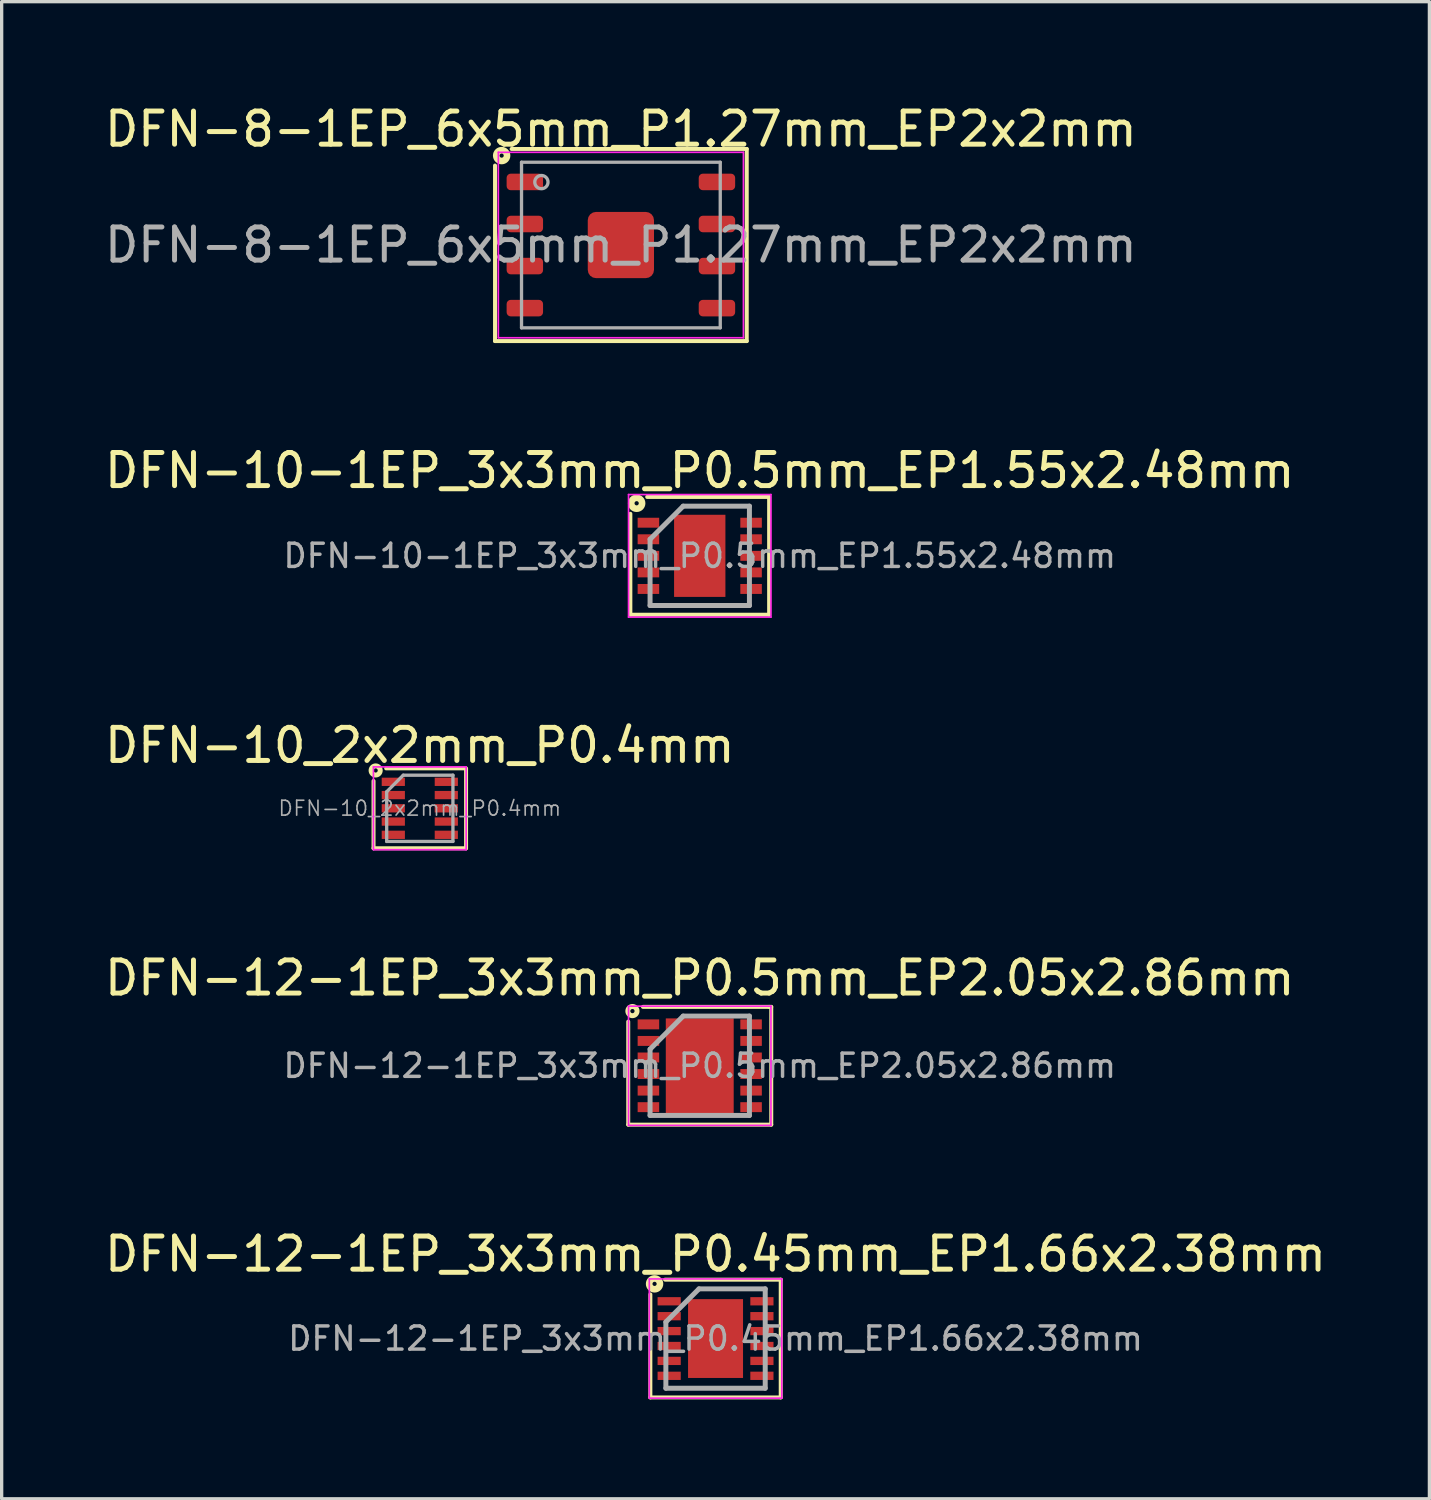
<source format=kicad_pcb>
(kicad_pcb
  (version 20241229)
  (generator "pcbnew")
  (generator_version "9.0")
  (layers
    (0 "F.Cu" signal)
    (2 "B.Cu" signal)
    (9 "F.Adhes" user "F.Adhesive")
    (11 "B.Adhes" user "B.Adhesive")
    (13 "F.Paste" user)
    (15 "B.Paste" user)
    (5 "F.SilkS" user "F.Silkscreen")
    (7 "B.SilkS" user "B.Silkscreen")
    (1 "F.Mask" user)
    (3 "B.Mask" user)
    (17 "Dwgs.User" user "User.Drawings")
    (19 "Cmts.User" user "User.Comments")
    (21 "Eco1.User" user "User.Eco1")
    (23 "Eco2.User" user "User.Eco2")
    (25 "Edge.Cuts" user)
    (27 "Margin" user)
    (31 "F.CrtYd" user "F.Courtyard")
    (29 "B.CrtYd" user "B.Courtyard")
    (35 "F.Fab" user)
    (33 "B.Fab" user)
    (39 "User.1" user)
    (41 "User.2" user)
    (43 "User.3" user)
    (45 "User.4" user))
  (footprint "DFN-10-1EP_3x3mm_P0.5mm_EP1.55x2.48mm"
    (layer "F.Cu")
    (at 18.077 13.732)
    (property "Reference" "DFN-10-1EP_3x3mm_P0.5mm_EP1.55x2.48mm" (at 0 -2.575 0) (layer "F.SilkS") (effects (font (size 1 1) (thickness 0.15))))
    (attr smd)
    (fp_line (start -2.095 1.778) (end -2.095 -1.27) (stroke (width 0.12) (type solid)) (layer "F.SilkS"))
    (fp_line (start -1.587 -1.778) (end 2.095 -1.778) (stroke (width 0.12) (type solid)) (layer "F.SilkS"))
    (fp_line (start 2.095 -1.778) (end 2.095 1.778) (stroke (width 0.12) (type solid)) (layer "F.SilkS"))
    (fp_line (start 2.095 1.778) (end -2.095 1.778) (stroke (width 0.12) (type solid)) (layer "F.SilkS"))
    (fp_circle (center -1.905 -1.587) (end -1.841 -1.587) (stroke (width 0.2) (type solid)) (fill no) (layer "F.SilkS"))
    (fp_line (start -2.15 -1.85) (end -2.15 1.85) (stroke (width 0.05) (type solid)) (layer "F.CrtYd"))
    (fp_line (start -2.15 -1.85) (end 2.15 -1.85) (stroke (width 0.05) (type solid)) (layer "F.CrtYd"))
    (fp_line (start -2.15 1.85) (end 2.15 1.85) (stroke (width 0.05) (type solid)) (layer "F.CrtYd"))
    (fp_line (start 2.15 -1.85) (end 2.15 1.85) (stroke (width 0.05) (type solid)) (layer "F.CrtYd"))
    (fp_line (start -1.5 -0.5) (end -0.5 -1.5) (stroke (width 0.15) (type solid)) (layer "F.Fab"))
    (fp_line (start -1.5 1.5) (end -1.5 -0.5) (stroke (width 0.15) (type solid)) (layer "F.Fab"))
    (fp_line (start -0.5 -1.5) (end 1.5 -1.5) (stroke (width 0.15) (type solid)) (layer "F.Fab"))
    (fp_line (start 1.5 -1.5) (end 1.5 1.5) (stroke (width 0.15) (type solid)) (layer "F.Fab"))
    (fp_line (start 1.5 1.5) (end -1.5 1.5) (stroke (width 0.15) (type solid)) (layer "F.Fab"))
    (fp_text user "${REFERENCE}" (at 0 0 0) (layer "F.Fab") (effects (font (size 0.7 0.7) (thickness 0.105))))
    (pad "" smd rect (at -0.388 -0.62) (size 0.6 1.05) (layers "F.Paste"))
    (pad "" smd rect (at -0.388 0.62) (size 0.6 1.05) (layers "F.Paste"))
    (pad "" smd rect (at 0.388 -0.62) (size 0.6 1.05) (layers "F.Paste"))
    (pad "" smd rect (at 0.388 0.62) (size 0.6 1.05) (layers "F.Paste"))
    (pad "1" smd rect (at -1.55 -1) (size 0.65 0.3) (layers "F.Cu" "F.Mask" "F.Paste"))
    (pad "2" smd rect (at -1.55 -0.5) (size 0.65 0.3) (layers "F.Cu" "F.Mask" "F.Paste"))
    (pad "3" smd rect (at -1.55 0) (size 0.65 0.3) (layers "F.Cu" "F.Mask" "F.Paste"))
    (pad "4" smd rect (at -1.55 0.5) (size 0.65 0.3) (layers "F.Cu" "F.Mask" "F.Paste"))
    (pad "5" smd rect (at -1.55 1) (size 0.65 0.3) (layers "F.Cu" "F.Mask" "F.Paste"))
    (pad "6" smd rect (at 1.55 1) (size 0.65 0.3) (layers "F.Cu" "F.Mask" "F.Paste"))
    (pad "7" smd rect (at 1.55 0.5) (size 0.65 0.3) (layers "F.Cu" "F.Mask" "F.Paste"))
    (pad "8" smd rect (at 1.55 0) (size 0.65 0.3) (layers "F.Cu" "F.Mask" "F.Paste"))
    (pad "9" smd rect (at 1.55 -0.5) (size 0.65 0.3) (layers "F.Cu" "F.Mask" "F.Paste"))
    (pad "10" smd rect (at 1.55 -1) (size 0.65 0.3) (layers "F.Cu" "F.Mask" "F.Paste"))
    (pad "11" smd rect (at 0 0) (size 1.55 2.48) (layers "F.Cu" "F.Mask")))
  (footprint "DFN-8-1EP_6x5mm_P1.27mm_EP2x2mm"
    (layer "F.Cu")
    (at 15.696 4.348)
    (property "Reference" "DFN-8-1EP_6x5mm_P1.27mm_EP2x2mm" (at 0 -3.5 0) (layer "F.SilkS") (effects (font (size 1 1) (thickness 0.15))))
    (attr smd)
    (fp_line (start -3.8 -2.4) (end -3.8 2.9) (stroke (width 0.12) (type solid)) (layer "F.SilkS"))
    (fp_line (start -3.8 2.9) (end 3.8 2.9) (stroke (width 0.12) (type solid)) (layer "F.SilkS"))
    (fp_line (start 3.8 -2.9) (end -3.3 -2.9) (stroke (width 0.12) (type solid)) (layer "F.SilkS"))
    (fp_line (start 3.8 2.9) (end 3.8 -2.9) (stroke (width 0.12) (type solid)) (layer "F.SilkS"))
    (fp_circle (center -3.6 -2.7) (end -3.537 -2.7) (stroke (width 0.2) (type solid)) (fill no) (layer "F.SilkS"))
    (fp_line (start -3.7 -2.8) (end 3.7 -2.8) (stroke (width 0.05) (type solid)) (layer "F.CrtYd"))
    (fp_line (start -3.7 2.8) (end -3.7 -2.8) (stroke (width 0.05) (type solid)) (layer "F.CrtYd"))
    (fp_line (start 3.7 -2.8) (end 3.7 2.8) (stroke (width 0.05) (type solid)) (layer "F.CrtYd"))
    (fp_line (start 3.7 2.8) (end -3.7 2.8) (stroke (width 0.05) (type solid)) (layer "F.CrtYd"))
    (fp_line (start -3 -2.5) (end 3 -2.5) (stroke (width 0.1) (type solid)) (layer "F.Fab"))
    (fp_line (start -3 2.5) (end -3 -2.5) (stroke (width 0.1) (type solid)) (layer "F.Fab"))
    (fp_line (start 3 -2.5) (end 3 2.5) (stroke (width 0.1) (type solid)) (layer "F.Fab"))
    (fp_line (start 3 2.5) (end -3 2.5) (stroke (width 0.1) (type solid)) (layer "F.Fab"))
    (fp_circle (center -2.4 -1.9) (end -2.2 -1.9) (stroke (width 0.1) (type solid)) (fill no) (layer "F.Fab"))
    (fp_text user "${REFERENCE}" (at 0 0 0) (layer "F.Fab") (effects (font (size 1 1) (thickness 0.15))))
    (pad "" smd roundrect (at -0.5 -0.5 270) (size 0.8 0.8) (layers "F.Paste") (roundrect_rratio 0.25))
    (pad "" smd roundrect (at -0.5 0.5 270) (size 0.8 0.8) (layers "F.Paste") (roundrect_rratio 0.25))
    (pad "" smd roundrect (at 0.5 -0.5 270) (size 0.8 0.8) (layers "F.Paste") (roundrect_rratio 0.25))
    (pad "" smd roundrect (at 0.5 0.5 270) (size 0.8 0.8) (layers "F.Paste") (roundrect_rratio 0.25))
    (pad "1" smd roundrect (at -2.9 -1.905 270) (size 0.5 1.1) (layers "F.Cu" "F.Mask" "F.Paste") (roundrect_rratio 0.25))
    (pad "2" smd roundrect (at -2.9 -0.635 270) (size 0.5 1.1) (layers "F.Cu" "F.Mask" "F.Paste") (roundrect_rratio 0.25))
    (pad "3" smd roundrect (at -2.9 0.635 270) (size 0.5 1.1) (layers "F.Cu" "F.Mask" "F.Paste") (roundrect_rratio 0.25))
    (pad "4" smd roundrect (at -2.9 1.905 270) (size 0.5 1.1) (layers "F.Cu" "F.Mask" "F.Paste") (roundrect_rratio 0.25))
    (pad "5" smd roundrect (at 2.9 1.905 270) (size 0.5 1.1) (layers "F.Cu" "F.Mask" "F.Paste") (roundrect_rratio 0.25))
    (pad "6" smd roundrect (at 2.9 0.635 270) (size 0.5 1.1) (layers "F.Cu" "F.Mask" "F.Paste") (roundrect_rratio 0.25))
    (pad "7" smd roundrect (at 2.9 -0.635 270) (size 0.5 1.1) (layers "F.Cu" "F.Mask" "F.Paste") (roundrect_rratio 0.25))
    (pad "8" smd roundrect (at 2.9 -1.905 270) (size 0.5 1.1) (layers "F.Cu" "F.Mask" "F.Paste") (roundrect_rratio 0.25))
    (pad "9" smd roundrect (at 0 0 270) (size 2 2) (layers "F.Cu" "F.Mask") (roundrect_rratio 0.125)))
  (footprint "DFN-12-1EP_3x3mm_P0.5mm_EP2.05x2.86mm"
    (layer "F.Cu")
    (at 18.077 29.128)
    (property "Reference" "DFN-12-1EP_3x3mm_P0.5mm_EP2.05x2.86mm" (at 0 -2.65 0) (layer "F.SilkS") (effects (font (size 1 1) (thickness 0.15))))
    (attr smd)
    (fp_line (start -2.159 1.778) (end -2.159 -1.333) (stroke (width 0.12) (type solid)) (layer "F.SilkS"))
    (fp_line (start -1.714 -1.778) (end 2.095 -1.778) (stroke (width 0.12) (type solid)) (layer "F.SilkS"))
    (fp_line (start 2.095 -1.778) (end 2.159 -1.778) (stroke (width 0.12) (type solid)) (layer "F.SilkS"))
    (fp_line (start 2.159 -1.778) (end 2.159 1.778) (stroke (width 0.12) (type solid)) (layer "F.SilkS"))
    (fp_line (start 2.159 1.778) (end -2.159 1.778) (stroke (width 0.12) (type solid)) (layer "F.SilkS"))
    (fp_circle (center -2.032 -1.651) (end -1.968 -1.651) (stroke (width 0.15) (type solid)) (fill no) (layer "F.SilkS"))
    (fp_line (start -2.15 -1.8) (end -2.15 1.8) (stroke (width 0.05) (type solid)) (layer "F.CrtYd"))
    (fp_line (start -2.15 -1.8) (end 2.15 -1.8) (stroke (width 0.05) (type solid)) (layer "F.CrtYd"))
    (fp_line (start -2.15 1.8) (end 2.15 1.8) (stroke (width 0.05) (type solid)) (layer "F.CrtYd"))
    (fp_line (start 2.15 -1.8) (end 2.15 1.8) (stroke (width 0.05) (type solid)) (layer "F.CrtYd"))
    (fp_line (start -1.5 -0.5) (end -0.5 -1.5) (stroke (width 0.15) (type solid)) (layer "F.Fab"))
    (fp_line (start -1.5 1.5) (end -1.5 -0.5) (stroke (width 0.15) (type solid)) (layer "F.Fab"))
    (fp_line (start -0.5 -1.5) (end 1.5 -1.5) (stroke (width 0.15) (type solid)) (layer "F.Fab"))
    (fp_line (start 1.5 -1.5) (end 1.5 1.5) (stroke (width 0.15) (type solid)) (layer "F.Fab"))
    (fp_line (start 1.5 1.5) (end -1.5 1.5) (stroke (width 0.15) (type solid)) (layer "F.Fab"))
    (fp_text user "${REFERENCE}" (at 0 0 0) (layer "F.Fab") (effects (font (size 0.7 0.7) (thickness 0.105))))
    (pad "" smd rect (at -0.512 -0.715) (size 0.8 1.2) (layers "F.Paste"))
    (pad "" smd rect (at -0.512 0.715) (size 0.8 1.2) (layers "F.Paste"))
    (pad "" smd rect (at 0.512 -0.715) (size 0.8 1.2) (layers "F.Paste"))
    (pad "" smd rect (at 0.512 0.715) (size 0.8 1.2) (layers "F.Paste"))
    (pad "1" smd rect (at -1.55 -1.25) (size 0.65 0.3) (layers "F.Cu" "F.Mask" "F.Paste"))
    (pad "2" smd rect (at -1.55 -0.75) (size 0.65 0.3) (layers "F.Cu" "F.Mask" "F.Paste"))
    (pad "3" smd rect (at -1.55 -0.25) (size 0.65 0.3) (layers "F.Cu" "F.Mask" "F.Paste"))
    (pad "4" smd rect (at -1.55 0.25) (size 0.65 0.3) (layers "F.Cu" "F.Mask" "F.Paste"))
    (pad "5" smd rect (at -1.55 0.75) (size 0.65 0.3) (layers "F.Cu" "F.Mask" "F.Paste"))
    (pad "6" smd rect (at -1.55 1.25) (size 0.65 0.3) (layers "F.Cu" "F.Mask" "F.Paste"))
    (pad "7" smd rect (at 1.55 1.25) (size 0.65 0.3) (layers "F.Cu" "F.Mask" "F.Paste"))
    (pad "8" smd rect (at 1.55 0.75) (size 0.65 0.3) (layers "F.Cu" "F.Mask" "F.Paste"))
    (pad "9" smd rect (at 1.55 0.25) (size 0.65 0.3) (layers "F.Cu" "F.Mask" "F.Paste"))
    (pad "10" smd rect (at 1.55 -0.25) (size 0.65 0.3) (layers "F.Cu" "F.Mask" "F.Paste"))
    (pad "11" smd rect (at 1.55 -0.75) (size 0.65 0.3) (layers "F.Cu" "F.Mask" "F.Paste"))
    (pad "12" smd rect (at 1.55 -1.25) (size 0.65 0.3) (layers "F.Cu" "F.Mask" "F.Paste"))
    (pad "13" smd rect (at 0 0) (size 2.05 2.86) (layers "F.Cu" "F.Mask")))
  (footprint "DFN-10_2x2mm_P0.4mm"
    (layer "F.Cu")
    (at 9.625 21.355)
    (property "Reference" "DFN-10_2x2mm_P0.4mm" (at 0 -1.9 0) (layer "F.SilkS") (effects (font (size 1 1) (thickness 0.15))))
    (attr smd)
    (fp_line (start -1.397 1.206) (end -1.397 -0.826) (stroke (width 0.12) (type solid)) (layer "F.SilkS"))
    (fp_line (start -1.016 -1.206) (end 1.333 -1.206) (stroke (width 0.12) (type solid)) (layer "F.SilkS"))
    (fp_line (start 1.397 -1.206) (end 1.397 1.206) (stroke (width 0.12) (type solid)) (layer "F.SilkS"))
    (fp_line (start 1.397 1.206) (end -1.397 1.206) (stroke (width 0.12) (type solid)) (layer "F.SilkS"))
    (fp_circle (center -1.333 -1.143) (end -1.27 -1.143) (stroke (width 0.15) (type solid)) (fill no) (layer "F.SilkS"))
    (fp_line (start -1.4 1.25) (end -1.4 -1.25) (stroke (width 0.05) (type solid)) (layer "F.CrtYd"))
    (fp_line (start -1.4 1.25) (end 1.4 1.25) (stroke (width 0.05) (type solid)) (layer "F.CrtYd"))
    (fp_line (start 1.4 -1.25) (end -1.4 -1.25) (stroke (width 0.05) (type solid)) (layer "F.CrtYd"))
    (fp_line (start 1.4 -1.25) (end 1.4 1.25) (stroke (width 0.05) (type solid)) (layer "F.CrtYd"))
    (fp_line (start -1 -0.5) (end -1 1) (stroke (width 0.1) (type solid)) (layer "F.Fab"))
    (fp_line (start -0.5 -1) (end -1 -0.5) (stroke (width 0.1) (type solid)) (layer "F.Fab"))
    (fp_line (start 1 -1) (end -0.5 -1) (stroke (width 0.1) (type solid)) (layer "F.Fab"))
    (fp_line (start 1 1) (end -1 1) (stroke (width 0.1) (type solid)) (layer "F.Fab"))
    (fp_line (start 1 1) (end 1 -1) (stroke (width 0.1) (type solid)) (layer "F.Fab"))
    (fp_text user "${REFERENCE}" (at 0 0 0) (layer "F.Fab") (effects (font (size 0.45 0.45) (thickness 0.05))))
    (pad "1" smd rect (at -0.8 -0.8) (size 0.7 0.25) (layers "F.Cu" "F.Mask" "F.Paste"))
    (pad "2" smd rect (at -0.8 -0.4) (size 0.7 0.25) (layers "F.Cu" "F.Mask" "F.Paste"))
    (pad "3" smd rect (at -0.8 0) (size 0.7 0.25) (layers "F.Cu" "F.Mask" "F.Paste"))
    (pad "4" smd rect (at -0.8 0.4) (size 0.7 0.25) (layers "F.Cu" "F.Mask" "F.Paste"))
    (pad "5" smd rect (at -0.8 0.8) (size 0.7 0.25) (layers "F.Cu" "F.Mask" "F.Paste"))
    (pad "6" smd rect (at 0.8 0.8) (size 0.7 0.25) (layers "F.Cu" "F.Mask" "F.Paste"))
    (pad "7" smd rect (at 0.8 0.4) (size 0.7 0.25) (layers "F.Cu" "F.Mask" "F.Paste"))
    (pad "8" smd rect (at 0.8 0) (size 0.7 0.25) (layers "F.Cu" "F.Mask" "F.Paste"))
    (pad "9" smd rect (at 0.8 -0.4) (size 0.7 0.25) (layers "F.Cu" "F.Mask" "F.Paste"))
    (pad "10" smd rect (at 0.8 -0.8) (size 0.7 0.25) (layers "F.Cu" "F.Mask" "F.Paste")))
  (footprint "DFN-12-1EP_3x3mm_P0.45mm_EP1.66x2.38mm"
    (layer "F.Cu")
    (at 18.554 37.364)
    (property "Reference" "DFN-12-1EP_3x3mm_P0.45mm_EP1.66x2.38mm" (at 0 -2.55 0) (layer "F.SilkS") (effects (font (size 1 1) (thickness 0.15))))
    (attr smd)
    (fp_line (start -1.968 1.778) (end -1.968 -1.333) (stroke (width 0.12) (type solid)) (layer "F.SilkS"))
    (fp_line (start -1.524 -1.778) (end 1.968 -1.778) (stroke (width 0.12) (type solid)) (layer "F.SilkS"))
    (fp_line (start 1.968 -1.778) (end 1.968 1.778) (stroke (width 0.12) (type solid)) (layer "F.SilkS"))
    (fp_line (start 1.968 1.778) (end -1.968 1.778) (stroke (width 0.12) (type solid)) (layer "F.SilkS"))
    (fp_circle (center -1.841 -1.651) (end -1.778 -1.651) (stroke (width 0.2) (type solid)) (fill no) (layer "F.SilkS"))
    (fp_line (start -2 -1.8) (end -2 1.8) (stroke (width 0.05) (type solid)) (layer "F.CrtYd"))
    (fp_line (start -2 -1.8) (end 2 -1.8) (stroke (width 0.05) (type solid)) (layer "F.CrtYd"))
    (fp_line (start -2 1.8) (end 2 1.8) (stroke (width 0.05) (type solid)) (layer "F.CrtYd"))
    (fp_line (start 2 -1.8) (end 2 1.8) (stroke (width 0.05) (type solid)) (layer "F.CrtYd"))
    (fp_line (start -1.5 -0.5) (end -0.5 -1.5) (stroke (width 0.15) (type solid)) (layer "F.Fab"))
    (fp_line (start -1.5 1.5) (end -1.5 -0.5) (stroke (width 0.15) (type solid)) (layer "F.Fab"))
    (fp_line (start -0.5 -1.5) (end 1.5 -1.5) (stroke (width 0.15) (type solid)) (layer "F.Fab"))
    (fp_line (start 1.5 -1.5) (end 1.5 1.5) (stroke (width 0.15) (type solid)) (layer "F.Fab"))
    (fp_line (start 1.5 1.5) (end -1.5 1.5) (stroke (width 0.15) (type solid)) (layer "F.Fab"))
    (fp_text user "${REFERENCE}" (at 0 0 0) (layer "F.Fab") (effects (font (size 0.7 0.7) (thickness 0.105))))
    (pad "" smd rect (at -0.415 -0.595) (size 0.64 1) (layers "F.Paste"))
    (pad "" smd rect (at -0.415 0.595) (size 0.64 1) (layers "F.Paste"))
    (pad "" smd rect (at 0.415 -0.595) (size 0.64 1) (layers "F.Paste"))
    (pad "" smd rect (at 0.415 0.595) (size 0.64 1) (layers "F.Paste"))
    (pad "1" smd rect (at -1.4 -1.125) (size 0.7 0.25) (layers "F.Cu" "F.Mask" "F.Paste"))
    (pad "2" smd rect (at -1.4 -0.675) (size 0.7 0.25) (layers "F.Cu" "F.Mask" "F.Paste"))
    (pad "3" smd rect (at -1.4 -0.225) (size 0.7 0.25) (layers "F.Cu" "F.Mask" "F.Paste"))
    (pad "4" smd rect (at -1.4 0.225) (size 0.7 0.25) (layers "F.Cu" "F.Mask" "F.Paste"))
    (pad "5" smd rect (at -1.4 0.675) (size 0.7 0.25) (layers "F.Cu" "F.Mask" "F.Paste"))
    (pad "6" smd rect (at -1.4 1.125) (size 0.7 0.25) (layers "F.Cu" "F.Mask" "F.Paste"))
    (pad "7" smd rect (at 1.4 1.125) (size 0.7 0.25) (layers "F.Cu" "F.Mask" "F.Paste"))
    (pad "8" smd rect (at 1.4 0.675) (size 0.7 0.25) (layers "F.Cu" "F.Mask" "F.Paste"))
    (pad "9" smd rect (at 1.4 0.225) (size 0.7 0.25) (layers "F.Cu" "F.Mask" "F.Paste"))
    (pad "10" smd rect (at 1.4 -0.225) (size 0.7 0.25) (layers "F.Cu" "F.Mask" "F.Paste"))
    (pad "11" smd rect (at 1.4 -0.675) (size 0.7 0.25) (layers "F.Cu" "F.Mask" "F.Paste"))
    (pad "12" smd rect (at 1.4 -1.125) (size 0.7 0.25) (layers "F.Cu" "F.Mask" "F.Paste"))
    (pad "13" smd rect (at 0 0) (size 1.66 2.38) (layers "F.Cu" "F.Mask")))
  (gr_rect
    (start -3 -3)
    (end 40.107 42.202)
    (stroke (width 0.1) (type default))
    (fill no)
    (layer "Edge.Cuts")))
</source>
